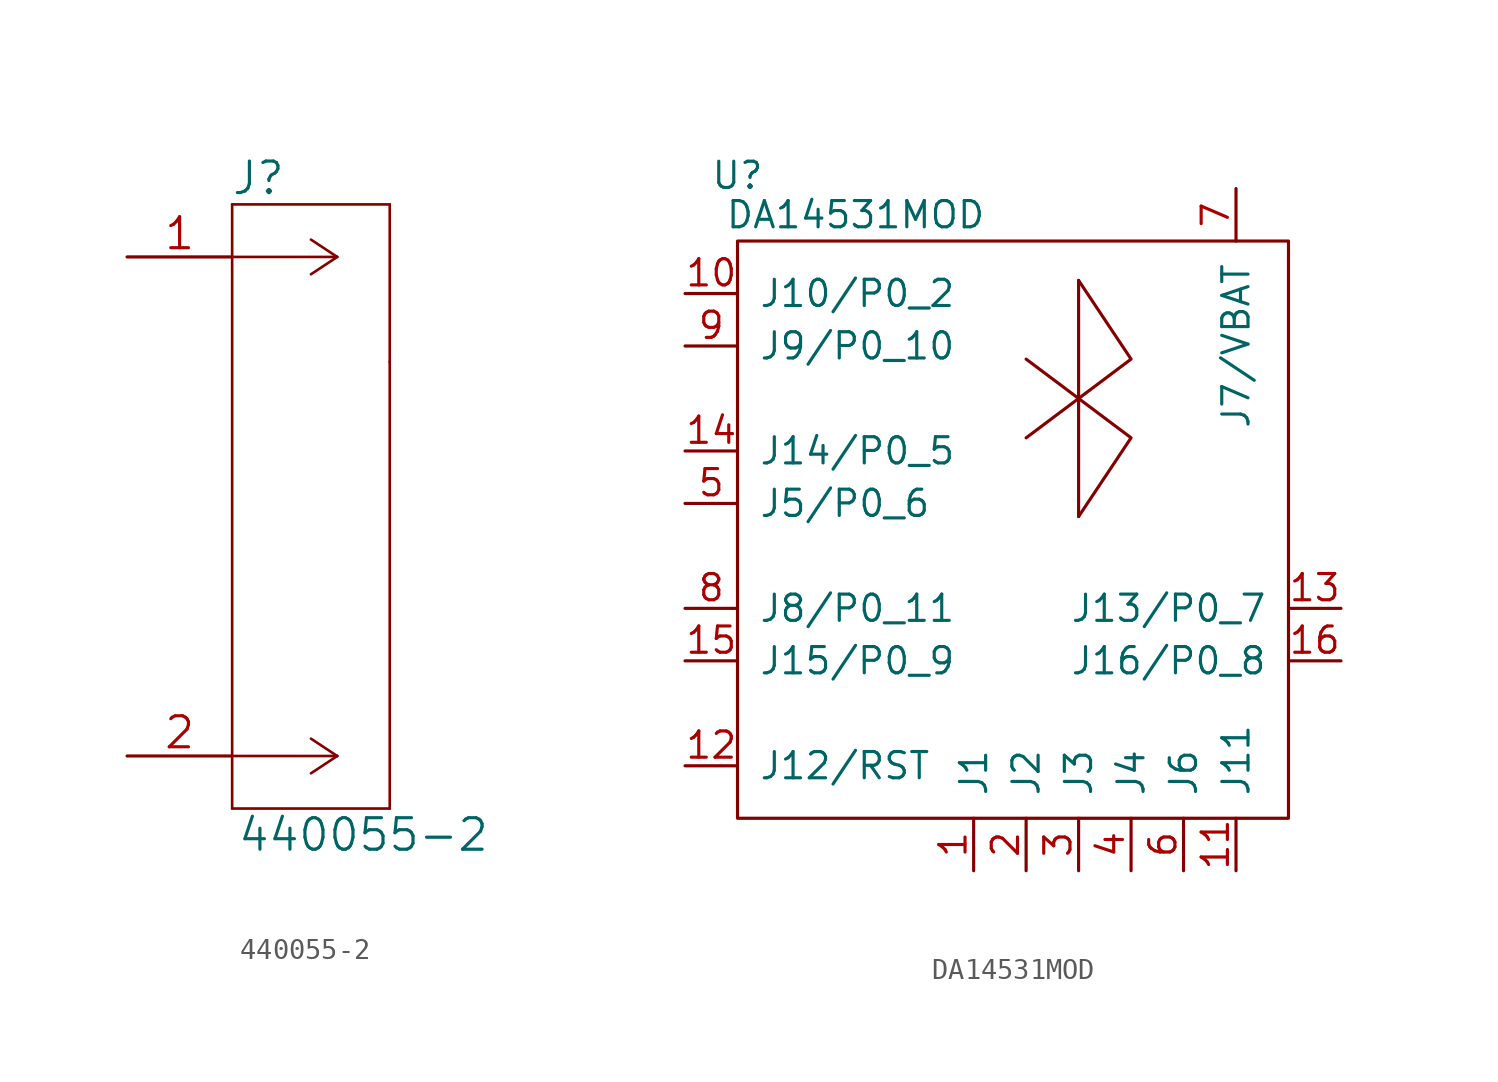
<source format=kicad_sym>
(kicad_symbol_lib
  (version 20220102)
  (generator kicad_symbol_editor)
  (symbol "440055-2"
    (pin_names
      (offset 0.254) hide)
    (property "Reference" "J"
      (at 6.35 3.81 0)
      (effects (font (size 1.524 1.524))))
    (property "Value" "440055-2"
      (at 11.43 -27.94 0)
      (effects (font (size 1.524 1.524))))
    (symbol "440055-2_0_1"
      (polyline (pts (xy 5.08 -26.67) (xy 12.7 -26.67)) (stroke (width 0.127) (type default)) (fill (type none))))
    (symbol "440055-2_1_1"
      (polyline (pts (xy 5.08 2.54) (xy 5.08 -26.67)) (stroke (width 0.127) (type default)) (fill (type none)))
      (polyline (pts (xy 10.16 -24.13) (xy 5.08 -24.13)) (stroke (width 0.127) (type default)) (fill (type none)))
      (polyline (pts (xy 10.16 -24.13) (xy 8.89 -24.968)) (stroke (width 0.127) (type default)) (fill (type none)))
      (polyline (pts (xy 10.16 -24.13) (xy 8.89 -23.292)) (stroke (width 0.127) (type default)) (fill (type none)))
      (polyline (pts (xy 10.16 0) (xy 5.08 0)) (stroke (width 0.127) (type default)) (fill (type none)))
      (polyline (pts (xy 10.16 0) (xy 8.89 -0.838)) (stroke (width 0.127) (type default)) (fill (type none)))
      (polyline (pts (xy 10.16 0) (xy 8.89 0.838)) (stroke (width 0.127) (type default)) (fill (type none)))
      (polyline (pts (xy 12.7 -26.67) (xy 12.7 -5.08)) (stroke (width 0.127) (type default)) (fill (type none)))
      (polyline (pts (xy 12.7 -5.08) (xy 12.7 2.54)) (stroke (width 0.127) (type default)) (fill (type none)))
      (polyline (pts (xy 12.7 2.54) (xy 5.08 2.54)) (stroke (width 0.127) (type default)) (fill (type none)))
      (pin unspecified line (at 0 0 0) (length 5.08) (name "1" (effects (font (size 1.499 1.499)))) (number "1" (effects (font (size 1.499 1.499)))))
      (pin unspecified line (at 0 -24.13 0) (length 5.08) (name "2" (effects (font (size 1.499 1.499)))) (number "2" (effects (font (size 1.499 1.499)))))))
  (symbol "DA14531MOD"
    (pin_names
      (offset 1.016))
    (property "Reference" "U"
      (at 2.54 28.575 0)
      (effects (font (size 1.27 1.27))))
    (property "Value" "DA14531MOD"
      (at 8.255 26.67 0)
      (effects (font (size 1.27 1.27))))
    (symbol "DA14531MOD_0_1"
      (polyline (pts (xy 19.05 23.495) (xy 19.05 12.065)) (stroke (width 0) (type default)) (fill (type none)))
      (polyline (pts (xy 19.05 12.065) (xy 21.59 15.875) (xy 16.51 19.685)) (stroke (width 0) (type default)) (fill (type none)))
      (polyline (pts (xy 19.05 23.495) (xy 21.59 19.685) (xy 16.51 15.875)) (stroke (width 0) (type default)) (fill (type none)))
      (rectangle (start 2.54 25.4) (end 29.21 -2.54) (stroke (width 0) (type default)) (fill (type none))))
    (symbol "DA14531MOD_1_1"
      (pin power_in line (at 13.97 -5.08 90) (length 2.54) (name "J1" (effects (font (size 1.27 1.27)))) (number "1" (effects (font (size 1.27 1.27)))))
      (pin bidirectional line (at 0 22.86 0) (length 2.54) (name "J10/P0_2" (effects (font (size 1.27 1.27)))) (number "10" (effects (font (size 1.27 1.27)))))
      (pin power_in line (at 26.67 -5.08 90) (length 2.54) (name "J11" (effects (font (size 1.27 1.27)))) (number "11" (effects (font (size 1.27 1.27)))))
      (pin input line (at 0 0 0) (length 2.54) (name "J12/RST" (effects (font (size 1.27 1.27)))) (number "12" (effects (font (size 1.27 1.27)))))
      (pin bidirectional line (at 31.75 7.62 180) (length 2.54) (name "J13/P0_7" (effects (font (size 1.27 1.27)))) (number "13" (effects (font (size 1.27 1.27)))))
      (pin bidirectional line (at 0 15.24 0) (length 2.54) (name "J14/P0_5" (effects (font (size 1.27 1.27)))) (number "14" (effects (font (size 1.27 1.27)))))
      (pin bidirectional line (at 0 5.08 0) (length 2.54) (name "J15/P0_9" (effects (font (size 1.27 1.27)))) (number "15" (effects (font (size 1.27 1.27)))))
      (pin bidirectional line (at 31.75 5.08 180) (length 2.54) (name "J16/P0_8" (effects (font (size 1.27 1.27)))) (number "16" (effects (font (size 1.27 1.27)))))
      (pin power_in line (at 16.51 -5.08 90) (length 2.54) (name "J2" (effects (font (size 1.27 1.27)))) (number "2" (effects (font (size 1.27 1.27)))))
      (pin power_in line (at 19.05 -5.08 90) (length 2.54) (name "J3" (effects (font (size 1.27 1.27)))) (number "3" (effects (font (size 1.27 1.27)))))
      (pin power_in line (at 21.59 -5.08 90) (length 2.54) (name "J4" (effects (font (size 1.27 1.27)))) (number "4" (effects (font (size 1.27 1.27)))))
      (pin bidirectional line (at 0 12.7 0) (length 2.54) (name "J5/P0_6" (effects (font (size 1.27 1.27)))) (number "5" (effects (font (size 1.27 1.27)))))
      (pin power_in line (at 24.13 -5.08 90) (length 2.54) (name "J6" (effects (font (size 1.27 1.27)))) (number "6" (effects (font (size 1.27 1.27)))))
      (pin power_in line (at 26.67 27.94 270) (length 2.54) (name "J7/VBAT" (effects (font (size 1.27 1.27)))) (number "7" (effects (font (size 1.27 1.27)))))
      (pin bidirectional line (at 0 7.62 0) (length 2.54) (name "J8/P0_11" (effects (font (size 1.27 1.27)))) (number "8" (effects (font (size 1.27 1.27)))))
      (pin bidirectional line (at 0 20.32 0) (length 2.54) (name "J9/P0_10" (effects (font (size 1.27 1.27)))) (number "9" (effects (font (size 1.27 1.27))))))))
</source>
